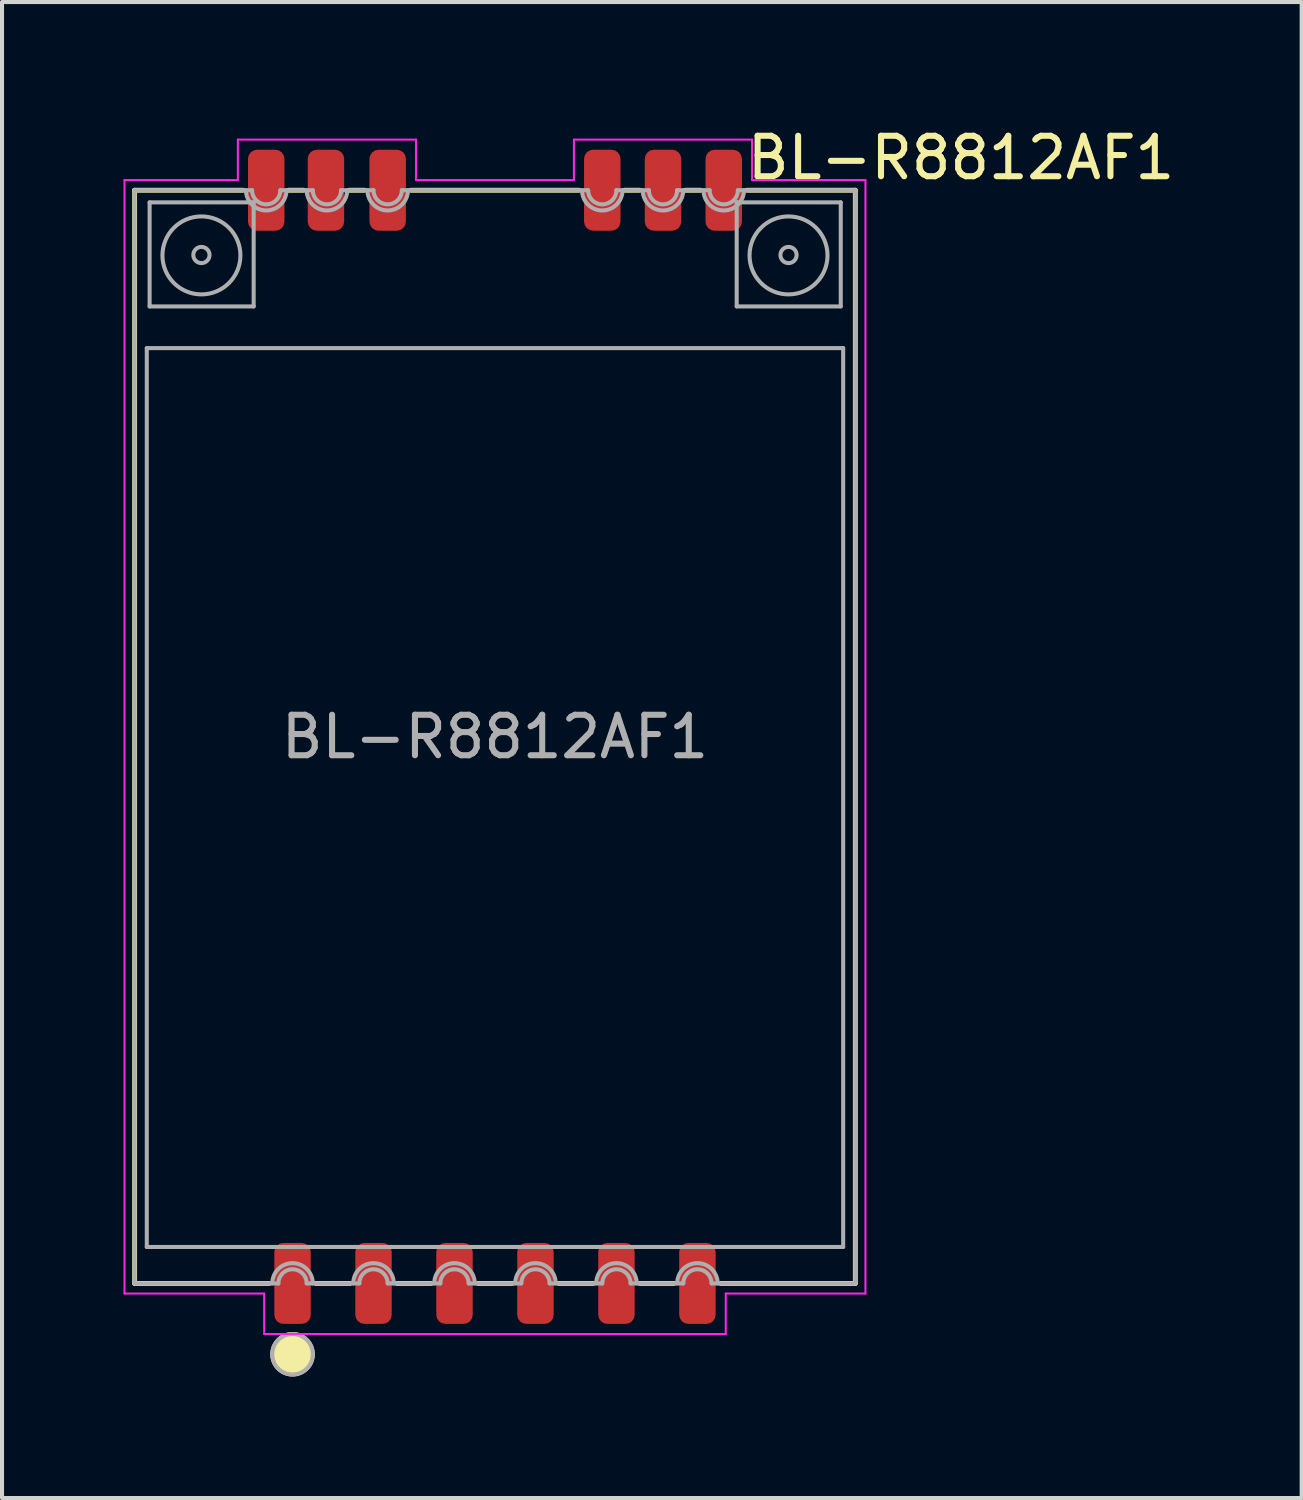
<source format=kicad_pcb>
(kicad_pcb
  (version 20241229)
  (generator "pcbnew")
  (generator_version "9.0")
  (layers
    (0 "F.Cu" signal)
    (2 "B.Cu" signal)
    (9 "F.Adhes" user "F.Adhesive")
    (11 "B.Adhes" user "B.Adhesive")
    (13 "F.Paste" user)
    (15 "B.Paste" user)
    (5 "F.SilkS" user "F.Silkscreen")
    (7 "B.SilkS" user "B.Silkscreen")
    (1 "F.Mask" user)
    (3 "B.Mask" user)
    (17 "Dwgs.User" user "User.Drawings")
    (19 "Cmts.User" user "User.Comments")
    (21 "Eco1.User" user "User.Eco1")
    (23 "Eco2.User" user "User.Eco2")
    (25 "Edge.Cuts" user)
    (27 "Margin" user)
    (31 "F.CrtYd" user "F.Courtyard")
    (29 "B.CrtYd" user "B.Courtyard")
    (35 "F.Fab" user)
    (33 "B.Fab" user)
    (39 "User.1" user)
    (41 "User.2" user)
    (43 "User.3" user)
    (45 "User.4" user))
  (footprint "BL-R8812AF1"
    (layer "F.Cu")
    (at 9.175 15.148)
    (property "Reference" "BL-R8812AF1" (at 6.15 -14.3 0) (layer "F.SilkS") (effects (font (size 1 1) (thickness 0.15) (bold yes)) (justify left)))
    (attr smd)
    (fp_line (start -8.9 -13.5) (end -6.225 -13.5) (stroke (width 0.12) (type solid)) (layer "F.SilkS"))
    (fp_line (start -8.9 13.5) (end -8.9 -13.5) (stroke (width 0.12) (type solid)) (layer "F.SilkS"))
    (fp_line (start -8.9 13.5) (end -5.575 13.5) (stroke (width 0.12) (type solid)) (layer "F.SilkS"))
    (fp_line (start -5.1 -13.5) (end -4.725 -13.5) (stroke (width 0.12) (type solid)) (layer "F.SilkS"))
    (fp_line (start -4.425 13.5) (end -3.575 13.5) (stroke (width 0.12) (type solid)) (layer "F.SilkS"))
    (fp_line (start -3.6 -13.5) (end -3.225 -13.5) (stroke (width 0.12) (type solid)) (layer "F.SilkS"))
    (fp_line (start -2.425 13.5) (end -1.575 13.5) (stroke (width 0.12) (type solid)) (layer "F.SilkS"))
    (fp_line (start -2.075 -13.5) (end 2.075 -13.5) (stroke (width 0.12) (type solid)) (layer "F.SilkS"))
    (fp_line (start -0.425 13.5) (end 0.425 13.5) (stroke (width 0.12) (type solid)) (layer "F.SilkS"))
    (fp_line (start 1.575 13.5) (end 2.425 13.5) (stroke (width 0.12) (type solid)) (layer "F.SilkS"))
    (fp_line (start 3.2 -13.5) (end 3.575 -13.5) (stroke (width 0.12) (type solid)) (layer "F.SilkS"))
    (fp_line (start 3.575 13.5) (end 4.425 13.5) (stroke (width 0.12) (type solid)) (layer "F.SilkS"))
    (fp_line (start 4.7 -13.5) (end 5.075 -13.5) (stroke (width 0.12) (type solid)) (layer "F.SilkS"))
    (fp_line (start 6.225 -13.5) (end 8.9 -13.5) (stroke (width 0.12) (type solid)) (layer "F.SilkS"))
    (fp_line (start 8.9 -13.5) (end 8.9 13.5) (stroke (width 0.12) (type solid)) (layer "F.SilkS"))
    (fp_line (start 8.9 13.5) (end 5.575 13.5) (stroke (width 0.12) (type solid)) (layer "F.SilkS"))
    (fp_circle (center -5 15.25) (end -4.5 15.25) (stroke (width 0.1) (type solid)) (fill yes) (layer "F.SilkS"))
    (fp_line (start -9.15 -13.75) (end -6.35 -13.75) (stroke (width 0.05) (type solid)) (layer "F.CrtYd"))
    (fp_line (start -9.15 13.75) (end -9.15 -13.75) (stroke (width 0.05) (type solid)) (layer "F.CrtYd"))
    (fp_line (start -6.35 -14.75) (end -1.95 -14.75) (stroke (width 0.05) (type solid)) (layer "F.CrtYd"))
    (fp_line (start -6.35 -13.75) (end -6.35 -14.75) (stroke (width 0.05) (type solid)) (layer "F.CrtYd"))
    (fp_line (start -5.7 13.75) (end -9.15 13.75) (stroke (width 0.05) (type solid)) (layer "F.CrtYd"))
    (fp_line (start -5.7 14.75) (end -5.7 13.75) (stroke (width 0.05) (type solid)) (layer "F.CrtYd"))
    (fp_line (start -1.95 -14.75) (end -1.95 -13.75) (stroke (width 0.05) (type solid)) (layer "F.CrtYd"))
    (fp_line (start -1.95 -13.75) (end 1.95 -13.75) (stroke (width 0.05) (type solid)) (layer "F.CrtYd"))
    (fp_line (start 1.95 -14.75) (end 6.35 -14.75) (stroke (width 0.05) (type solid)) (layer "F.CrtYd"))
    (fp_line (start 1.95 -13.75) (end 1.95 -14.75) (stroke (width 0.05) (type solid)) (layer "F.CrtYd"))
    (fp_line (start 5.7 13.75) (end 5.7 14.75) (stroke (width 0.05) (type solid)) (layer "F.CrtYd"))
    (fp_line (start 5.7 14.75) (end -5.7 14.75) (stroke (width 0.05) (type solid)) (layer "F.CrtYd"))
    (fp_line (start 6.35 -14.75) (end 6.35 -13.75) (stroke (width 0.05) (type solid)) (layer "F.CrtYd"))
    (fp_line (start 6.35 -13.75) (end 9.15 -13.75) (stroke (width 0.05) (type solid)) (layer "F.CrtYd"))
    (fp_line (start 9.15 -13.75) (end 9.15 13.75) (stroke (width 0.05) (type solid)) (layer "F.CrtYd"))
    (fp_line (start 9.15 13.75) (end 5.7 13.75) (stroke (width 0.05) (type solid)) (layer "F.CrtYd"))
    (fp_line (start -8.9 -13.5) (end -6 -13.5) (stroke (width 0.1) (type default)) (layer "F.Fab"))
    (fp_line (start -8.9 13.5) (end -8.9 -13.5) (stroke (width 0.1) (type default)) (layer "F.Fab"))
    (fp_line (start -8.6 -9.6) (end -8.6 12.6) (stroke (width 0.1) (type default)) (layer "F.Fab"))
    (fp_line (start -8.6 12.6) (end 8.6 12.6) (stroke (width 0.1) (type default)) (layer "F.Fab"))
    (fp_line (start -8.53 -13.2) (end -5.96 -13.2) (stroke (width 0.1) (type default)) (layer "F.Fab"))
    (fp_line (start -8.53 -10.63) (end -8.53 -13.2) (stroke (width 0.1) (type default)) (layer "F.Fab"))
    (fp_line (start -5.96 -13.2) (end -5.96 -10.63) (stroke (width 0.1) (type default)) (layer "F.Fab"))
    (fp_line (start -5.96 -10.63) (end -8.53 -10.63) (stroke (width 0.1) (type default)) (layer "F.Fab"))
    (fp_line (start -5.35 13.5) (end -8.9 13.5) (stroke (width 0.1) (type default)) (layer "F.Fab"))
    (fp_line (start -5.3 -13.5) (end -4.5 -13.5) (stroke (width 0.1) (type default)) (layer "F.Fab"))
    (fp_line (start -3.8 -13.5) (end -3 -13.5) (stroke (width 0.1) (type default)) (layer "F.Fab"))
    (fp_line (start -3.35 13.5) (end -4.65 13.5) (stroke (width 0.1) (type default)) (layer "F.Fab"))
    (fp_line (start -2.3 -13.5) (end 2.3 -13.5) (stroke (width 0.1) (type default)) (layer "F.Fab"))
    (fp_line (start -1.35 13.5) (end -2.65 13.5) (stroke (width 0.1) (type default)) (layer "F.Fab"))
    (fp_line (start 0.65 13.5) (end -0.65 13.5) (stroke (width 0.1) (type default)) (layer "F.Fab"))
    (fp_line (start 2.65 13.5) (end 1.35 13.5) (stroke (width 0.1) (type default)) (layer "F.Fab"))
    (fp_line (start 3 -13.5) (end 3.8 -13.5) (stroke (width 0.1) (type default)) (layer "F.Fab"))
    (fp_line (start 4.5 -13.5) (end 5.3 -13.5) (stroke (width 0.1) (type default)) (layer "F.Fab"))
    (fp_line (start 4.65 13.5) (end 3.35 13.5) (stroke (width 0.1) (type default)) (layer "F.Fab"))
    (fp_line (start 5.97 -13.2) (end 8.54 -13.2) (stroke (width 0.1) (type default)) (layer "F.Fab"))
    (fp_line (start 5.97 -10.63) (end 5.97 -13.2) (stroke (width 0.1) (type default)) (layer "F.Fab"))
    (fp_line (start 6 -13.5) (end 8.9 -13.5) (stroke (width 0.1) (type default)) (layer "F.Fab"))
    (fp_line (start 8.54 -13.2) (end 8.54 -10.63) (stroke (width 0.1) (type default)) (layer "F.Fab"))
    (fp_line (start 8.54 -10.63) (end 5.97 -10.63) (stroke (width 0.1) (type default)) (layer "F.Fab"))
    (fp_line (start 8.6 -9.6) (end -8.6 -9.6) (stroke (width 0.1) (type default)) (layer "F.Fab"))
    (fp_line (start 8.6 12.6) (end 8.6 -9.6) (stroke (width 0.1) (type default)) (layer "F.Fab"))
    (fp_line (start 8.9 -13.5) (end 8.9 13.5) (stroke (width 0.1) (type default)) (layer "F.Fab"))
    (fp_line (start 8.9 13.5) (end 5.35 13.5) (stroke (width 0.1) (type default)) (layer "F.Fab"))
    (fp_arc (start -5.5 13.5) (mid -5 13) (end -4.5 13.5) (stroke (width 0.1) (type default)) (layer "F.Fab"))
    (fp_arc (start -5.35 13.5) (mid -5 13.15) (end -4.65 13.5) (stroke (width 0.1) (type default)) (layer "F.Fab"))
    (fp_arc (start -5.3 -13.5) (mid -5.65 -13.15) (end -6 -13.5) (stroke (width 0.1) (type default)) (layer "F.Fab"))
    (fp_arc (start -5.15 -13.5) (mid -5.65 -13) (end -6.15 -13.5) (stroke (width 0.1) (type default)) (layer "F.Fab"))
    (fp_arc (start -3.8 -13.5) (mid -4.15 -13.15) (end -4.5 -13.5) (stroke (width 0.1) (type default)) (layer "F.Fab"))
    (fp_arc (start -3.65 -13.5) (mid -4.15 -13) (end -4.65 -13.5) (stroke (width 0.1) (type default)) (layer "F.Fab"))
    (fp_arc (start -3.5 13.5) (mid -3 13) (end -2.5 13.5) (stroke (width 0.1) (type default)) (layer "F.Fab"))
    (fp_arc (start -3.35 13.5) (mid -3 13.15) (end -2.65 13.5) (stroke (width 0.1) (type default)) (layer "F.Fab"))
    (fp_arc (start -2.3 -13.5) (mid -2.65 -13.15) (end -3 -13.5) (stroke (width 0.1) (type default)) (layer "F.Fab"))
    (fp_arc (start -2.15 -13.5) (mid -2.65 -13) (end -3.15 -13.5) (stroke (width 0.1) (type default)) (layer "F.Fab"))
    (fp_arc (start -1.5 13.5) (mid -1 13) (end -0.5 13.5) (stroke (width 0.1) (type default)) (layer "F.Fab"))
    (fp_arc (start -1.35 13.5) (mid -1 13.15) (end -0.65 13.5) (stroke (width 0.1) (type default)) (layer "F.Fab"))
    (fp_arc (start 0.5 13.5) (mid 1 13) (end 1.5 13.5) (stroke (width 0.1) (type default)) (layer "F.Fab"))
    (fp_arc (start 0.65 13.5) (mid 1 13.15) (end 1.35 13.5) (stroke (width 0.1) (type default)) (layer "F.Fab"))
    (fp_arc (start 2.5 13.5) (mid 3 13) (end 3.5 13.5) (stroke (width 0.1) (type default)) (layer "F.Fab"))
    (fp_arc (start 2.65 13.5) (mid 3 13.15) (end 3.35 13.5) (stroke (width 0.1) (type default)) (layer "F.Fab"))
    (fp_arc (start 3 -13.5) (mid 2.65 -13.15) (end 2.3 -13.5) (stroke (width 0.1) (type default)) (layer "F.Fab"))
    (fp_arc (start 3.15 -13.5) (mid 2.65 -13) (end 2.15 -13.5) (stroke (width 0.1) (type default)) (layer "F.Fab"))
    (fp_arc (start 4.5 -13.5) (mid 4.15 -13.15) (end 3.8 -13.5) (stroke (width 0.1) (type default)) (layer "F.Fab"))
    (fp_arc (start 4.5 13.5) (mid 5 13) (end 5.5 13.5) (stroke (width 0.1) (type default)) (layer "F.Fab"))
    (fp_arc (start 4.65 -13.5) (mid 4.15 -13) (end 3.65 -13.5) (stroke (width 0.1) (type default)) (layer "F.Fab"))
    (fp_arc (start 4.65 13.5) (mid 5 13.15) (end 5.35 13.5) (stroke (width 0.1) (type default)) (layer "F.Fab"))
    (fp_arc (start 6 -13.5) (mid 5.65 -13.15) (end 5.3 -13.5) (stroke (width 0.1) (type default)) (layer "F.Fab"))
    (fp_arc (start 6.15 -13.5) (mid 5.65 -13) (end 5.15 -13.5) (stroke (width 0.1) (type default)) (layer "F.Fab"))
    (fp_circle (center -7.25 -11.9) (end -7.05 -11.9) (stroke (width 0.1) (type default)) (fill no) (layer "F.Fab"))
    (fp_circle (center -7.25 -11.89) (end -6.287 -11.89) (stroke (width 0.1) (type default)) (fill no) (layer "F.Fab"))
    (fp_circle (center -5 15.25) (end -4.5 15.25) (stroke (width 0.1) (type solid)) (fill no) (layer "F.Fab"))
    (fp_circle (center 7.25 -11.9) (end 7.45 -11.9) (stroke (width 0.1) (type default)) (fill no) (layer "F.Fab"))
    (fp_circle (center 7.25 -11.89) (end 8.213 -11.89) (stroke (width 0.1) (type default)) (fill no) (layer "F.Fab"))
    (fp_text user "${REFERENCE}" (at 0 0 0) (layer "F.Fab") (effects (font (size 1 1) (thickness 0.15))))
    (pad "1" smd roundrect (at -5 13.5) (size 0.9 2) (layers "F.Cu" "F.Mask" "F.Paste") (roundrect_rratio 0.25))
    (pad "2" smd roundrect (at -3 13.5) (size 0.9 2) (layers "F.Cu" "F.Mask" "F.Paste") (roundrect_rratio 0.25))
    (pad "3" smd roundrect (at -1 13.5) (size 0.9 2) (layers "F.Cu" "F.Mask" "F.Paste") (roundrect_rratio 0.25))
    (pad "4" smd roundrect (at 1 13.5) (size 0.9 2) (layers "F.Cu" "F.Mask" "F.Paste") (roundrect_rratio 0.25))
    (pad "5" smd roundrect (at 3 13.5) (size 0.9 2) (layers "F.Cu" "F.Mask" "F.Paste") (roundrect_rratio 0.25))
    (pad "6" smd roundrect (at 5 13.5) (size 0.9 2) (layers "F.Cu" "F.Mask" "F.Paste") (roundrect_rratio 0.25))
    (pad "7" smd roundrect (at 5.65 -13.5) (size 0.9 2) (layers "F.Cu" "F.Mask" "F.Paste") (roundrect_rratio 0.25))
    (pad "8" smd roundrect (at 4.15 -13.5) (size 0.9 2) (layers "F.Cu" "F.Mask" "F.Paste") (roundrect_rratio 0.25))
    (pad "9" smd roundrect (at 2.65 -13.5) (size 0.9 2) (layers "F.Cu" "F.Mask" "F.Paste") (roundrect_rratio 0.25))
    (pad "10" smd roundrect (at -2.65 -13.5) (size 0.9 2) (layers "F.Cu" "F.Mask" "F.Paste") (roundrect_rratio 0.25))
    (pad "11" smd roundrect (at -4.175 -13.5) (size 0.9 2) (layers "F.Cu" "F.Mask" "F.Paste") (roundrect_rratio 0.25))
    (pad "12" smd roundrect (at -5.65 -13.5) (size 0.9 2) (layers "F.Cu" "F.Mask" "F.Paste") (roundrect_rratio 0.25)))
  (gr_rect
    (start -3 -3)
    (end 29.099 33.948)
    (stroke (width 0.1) (type default))
    (fill no)
    (layer "Edge.Cuts")))
</source>
